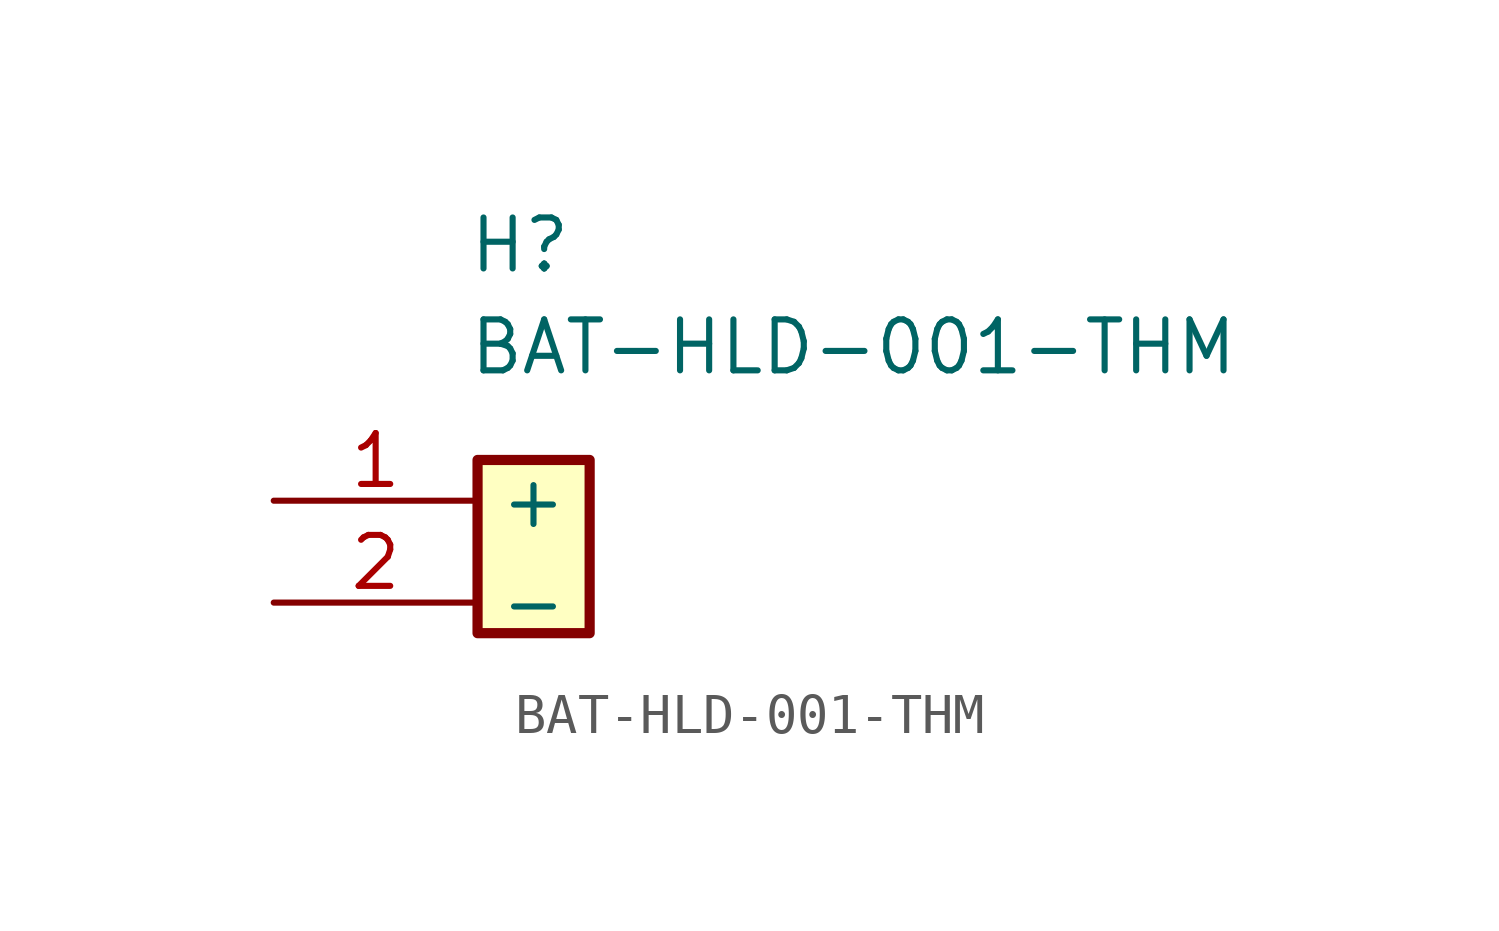
<source format=kicad_sym>
(kicad_symbol_lib
  (version 20241209)
  (generator "kicad_symbol_editor")
  (generator_version "9.0")
  (symbol "BAT-HLD-001-THM"
    (property "Reference" "H"
      (at 4.826 9.652 0)
      (effects (font (size 1.27 1.27)) (justify left top)))
    (property "Value" "BAT-HLD-001-THM"
      (at 4.826 7.112 0)
      (effects (font (size 1.27 1.27)) (justify left top)))
    (symbol "BAT-HLD-001-THM_1_1"
      (rectangle (start 5.08 3.556) (end 7.874 -0.762) (stroke (width 0.254) (type solid)) (fill (type background)))
      (pin passive line (at 0 2.54 0) (length 5.08) (name "+" (effects (font (size 1.27 1.27)))) (number "1" (effects (font (size 1.27 1.27)))))
      (pin passive line (at 0 0 0) (length 5.08) (name "-" (effects (font (size 1.27 1.27)))) (number "2" (effects (font (size 1.27 1.27))))))))
</source>
